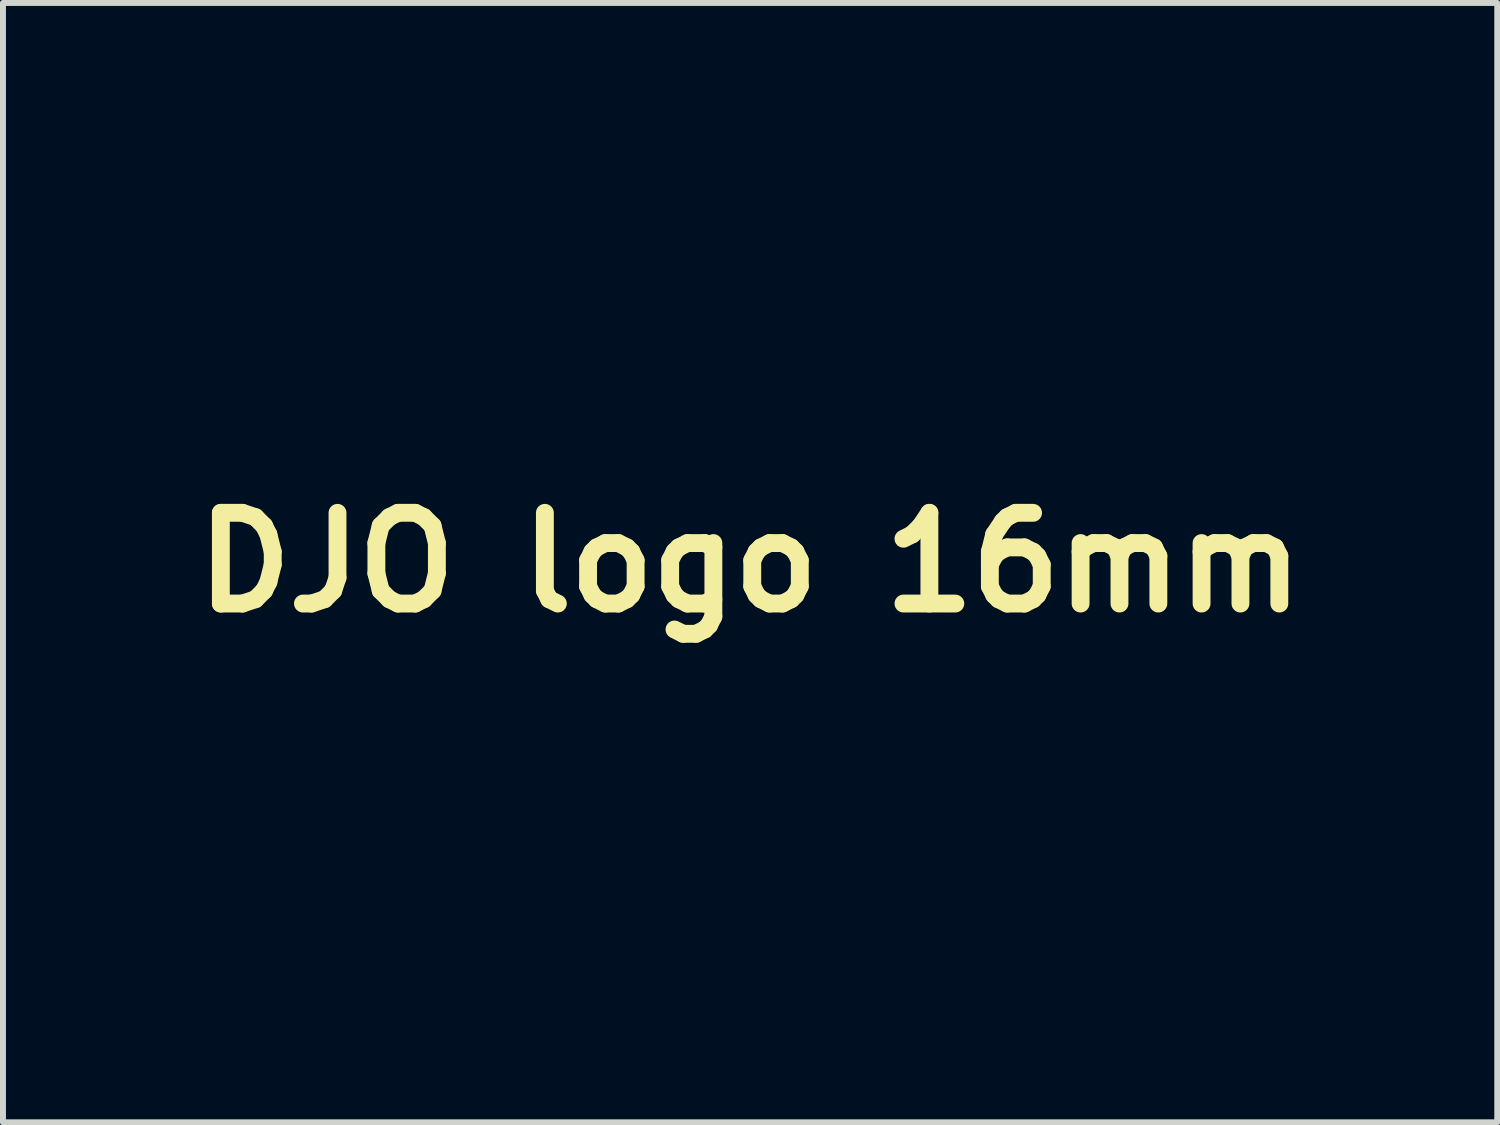
<source format=kicad_pcb>
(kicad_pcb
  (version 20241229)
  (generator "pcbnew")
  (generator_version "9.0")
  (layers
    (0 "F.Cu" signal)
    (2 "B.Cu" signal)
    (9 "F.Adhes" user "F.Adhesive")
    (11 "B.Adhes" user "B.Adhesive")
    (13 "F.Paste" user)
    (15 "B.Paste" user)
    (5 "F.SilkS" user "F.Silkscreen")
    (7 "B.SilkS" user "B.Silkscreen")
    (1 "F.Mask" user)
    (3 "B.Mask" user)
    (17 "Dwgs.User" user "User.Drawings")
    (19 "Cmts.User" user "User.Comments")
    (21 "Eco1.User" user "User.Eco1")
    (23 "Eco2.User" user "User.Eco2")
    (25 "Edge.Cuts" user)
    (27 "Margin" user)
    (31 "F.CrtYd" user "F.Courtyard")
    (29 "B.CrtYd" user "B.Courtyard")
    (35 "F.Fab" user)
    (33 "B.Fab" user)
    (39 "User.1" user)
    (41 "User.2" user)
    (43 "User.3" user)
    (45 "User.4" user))
  (footprint "DJO logo 16mm"
    (layer "F.Cu")
    (at 9.55 6.399)
    (property "Reference" "DJO logo 16mm" (at 0 0 0) (layer "F.SilkS") (effects (font (size 1.524 1.524) (thickness 0.3))))
    (attr through_hole)
    (fp_poly (pts (xy 0.663 -6.372) (xy 1.225 -6.313) (xy 1.609 -6.235) (xy 2.593 -5.879) (xy 3.499 -5.377) (xy 4.314 -4.743) (xy 5.021 -3.988) (xy 5.606 -3.125) (xy 5.803 -2.752) (xy 6.099 -2.08) (xy 6.297 -1.454) (xy 6.413 -0.809) (xy 6.461 -0.086) (xy 6.463 0.169) (xy 6.387 1.242) (xy 6.154 2.252) (xy 5.762 3.203) (xy 5.211 4.1) (xy 5.12 4.223) (xy 4.792 4.613) (xy 4.418 4.987) (xy 4.024 5.326) (xy 3.635 5.612) (xy 3.277 5.826) (xy 2.975 5.949) (xy 2.756 5.962) (xy 2.742 5.958) (xy 2.434 5.775) (xy 2.248 5.502) (xy 2.204 5.256) (xy 2.232 5.005) (xy 2.33 4.809) (xy 2.529 4.623) (xy 2.771 4.459) (xy 3.388 3.978) (xy 3.943 3.361) (xy 4.413 2.636) (xy 4.777 1.833) (xy 4.802 1.764) (xy 4.944 1.2) (xy 5.022 0.547) (xy 5.034 -0.132) (xy 4.978 -0.773) (xy 4.879 -1.228) (xy 4.537 -2.092) (xy 4.065 -2.871) (xy 3.476 -3.547) (xy 2.784 -4.102) (xy 2.267 -4.399) (xy 1.393 -4.754) (xy 0.54 -4.943) (xy -0.305 -4.966) (xy -1.154 -4.824) (xy -2.02 -4.515) (xy -2.262 -4.402) (xy -3.012 -3.939) (xy -3.673 -3.342) (xy -4.228 -2.628) (xy -4.664 -1.815) (xy -4.85 -1.327) (xy -4.975 -0.772) (xy -5.032 -0.123) (xy -5.021 0.558) (xy -4.943 1.209) (xy -4.802 1.764) (xy -4.452 2.58) (xy -4.008 3.28) (xy -3.537 3.817) (xy -3.038 4.262) (xy -2.544 4.585) (xy -1.998 4.822) (xy -1.847 4.872) (xy -1.571 4.953) (xy -1.398 4.979) (xy -1.272 4.951) (xy -1.153 4.883) (xy -1.058 4.811) (xy -0.979 4.722) (xy -0.914 4.599) (xy -0.861 4.428) (xy -0.819 4.194) (xy -0.786 3.881) (xy -0.761 3.475) (xy -0.742 2.959) (xy -0.727 2.319) (xy -0.715 1.54) (xy -0.705 0.635) (xy -0.695 -0.264) (xy -0.685 -1.009) (xy -0.673 -1.614) (xy -0.656 -2.096) (xy -0.633 -2.468) (xy -0.603 -2.746) (xy -0.562 -2.945) (xy -0.51 -3.081) (xy -0.444 -3.167) (xy -0.362 -3.22) (xy -0.263 -3.254) (xy -0.211 -3.268) (xy 0.127 -3.281) (xy 0.414 -3.16) (xy 0.554 -3.011) (xy 0.587 -2.944) (xy 0.615 -2.841) (xy 0.636 -2.687) (xy 0.653 -2.467) (xy 0.665 -2.164) (xy 0.674 -1.765) (xy 0.679 -1.252) (xy 0.681 -0.611) (xy 0.681 0.175) (xy 0.68 0.735) (xy 0.677 1.668) (xy 0.672 2.449) (xy 0.663 3.095) (xy 0.648 3.622) (xy 0.628 4.048) (xy 0.599 4.389) (xy 0.562 4.663) (xy 0.514 4.886) (xy 0.454 5.076) (xy 0.381 5.249) (xy 0.317 5.378) (xy 0.066 5.739) (xy -0.274 6.065) (xy -0.541 6.24) (xy -0.879 6.35) (xy -1.312 6.398) (xy -1.774 6.384) (xy -2.179 6.309) (xy -2.989 5.997) (xy -3.759 5.533) (xy -4.468 4.936) (xy -5.098 4.222) (xy -5.63 3.408) (xy -5.793 3.094) (xy -6.095 2.414) (xy -6.296 1.789) (xy -6.413 1.154) (xy -6.461 0.446) (xy -6.463 0.169) (xy -6.435 -0.593) (xy -6.342 -1.255) (xy -6.171 -1.881) (xy -5.908 -2.531) (xy -5.803 -2.752) (xy -5.268 -3.661) (xy -4.608 -4.461) (xy -3.831 -5.142) (xy -2.949 -5.697) (xy -1.969 -6.118) (xy -1.609 -6.231) (xy -1.149 -6.323) (xy -0.58 -6.377) (xy 0.043 -6.394) (xy 0.663 -6.372)) (stroke (width 0.01) (type solid)) (fill no) (layer "Eco2.User")))
  (gr_rect
    (start -3 -3)
    (end 22.101 15.802)
    (stroke (width 0.1) (type default))
    (fill no)
    (layer "Edge.Cuts")))
</source>
